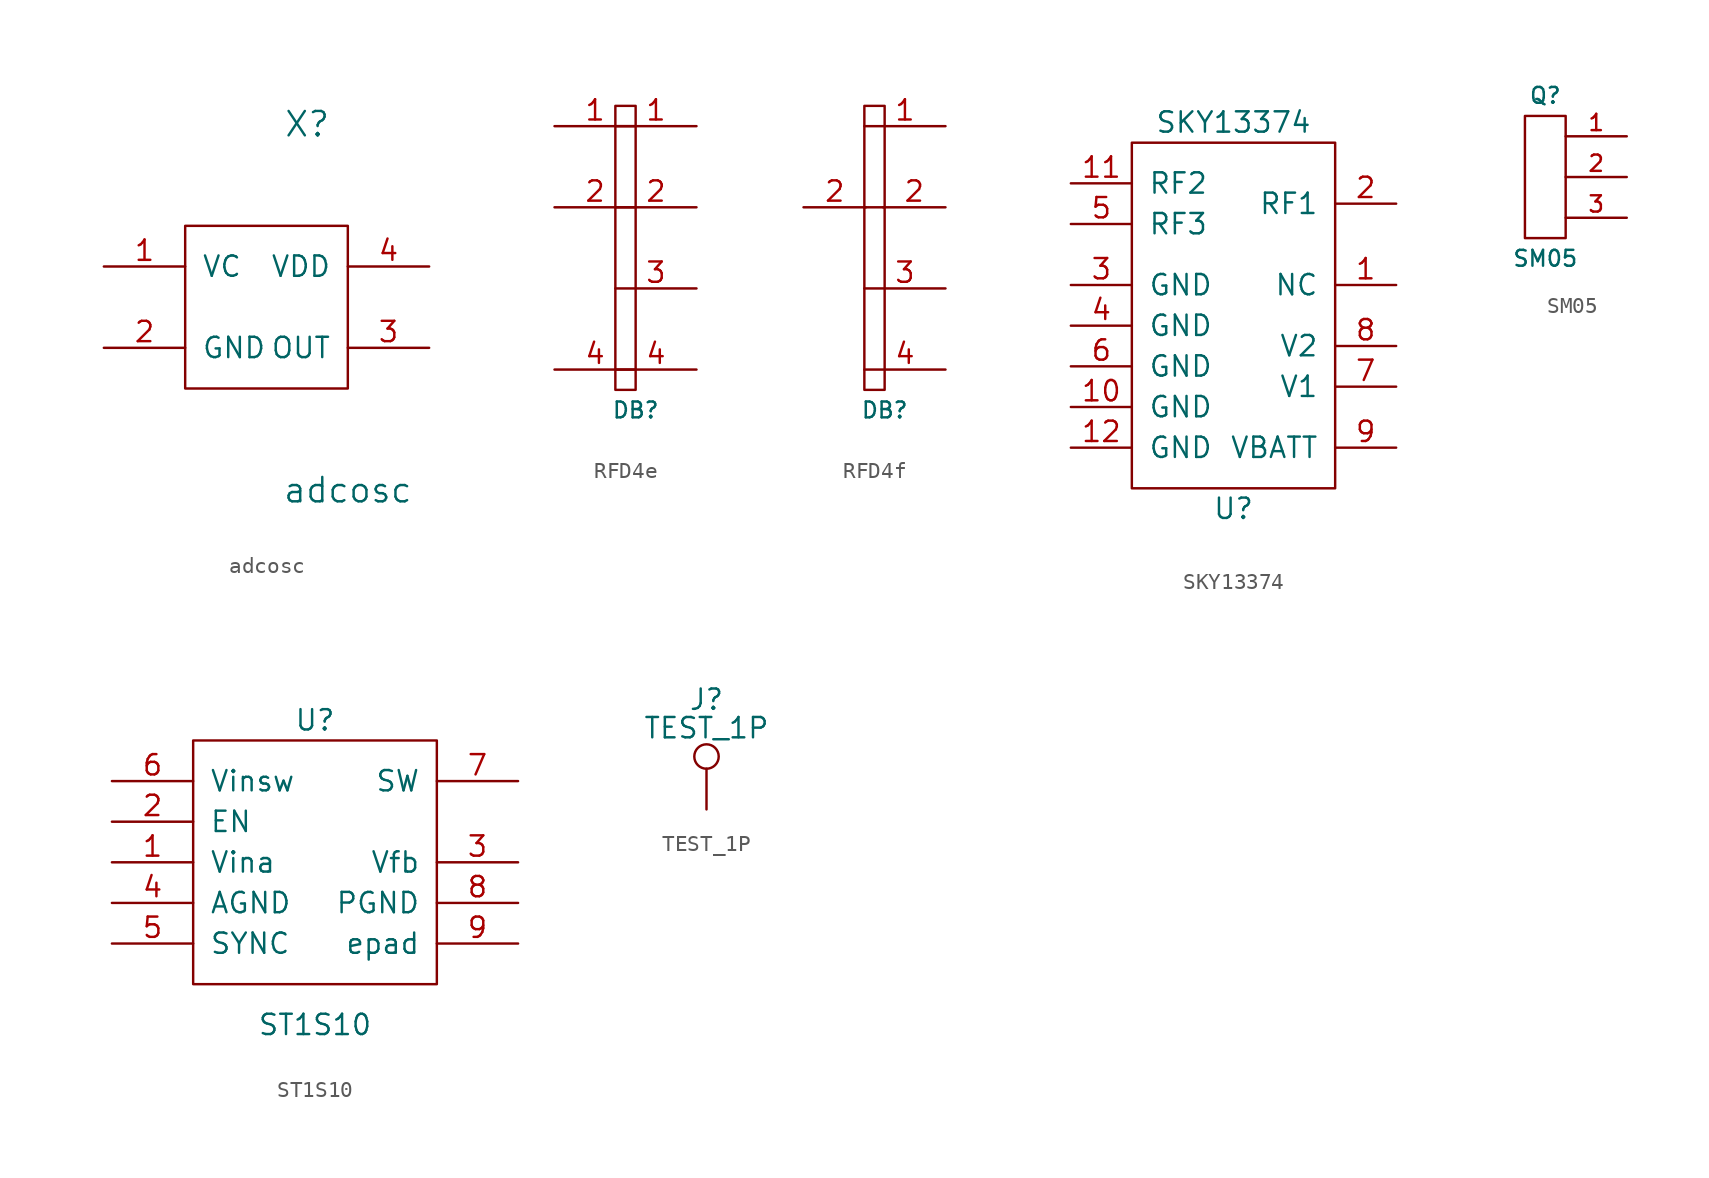
<source format=kicad_sym>
(kicad_symbol_lib
  (version 20210619)
  (generator kicad_symbol_editor)
  (symbol "hermeslite:adcosc"
    (pin_names
      (offset 1.016))
    (property "Reference" "X"
      (at 2.54 11.43 0)
      (effects (font (size 1.524 1.524))))
    (property "Value" "adcosc"
      (at 5.08 -11.43 0)
      (effects (font (size 1.524 1.524))))
    (property "Footprint" ""
      (at 0 0 0)
      (effects (font (size 1.524 1.524))))
    (property "Datasheet" ""
      (at 0 0 0)
      (effects (font (size 1.524 1.524))))
    (symbol "adcosc_0_1"
      (rectangle (start -5.08 5.08) (end 5.08 -5.08) (stroke (width 0)) (fill (type none))))
    (symbol "adcosc_1_1"
      (pin input line (at -10.16 2.54 0) (length 5.08) (name "VC" (effects (font (size 1.27 1.27)))) (number "1" (effects (font (size 1.27 1.27)))))
      (pin power_in line (at -10.16 -2.54 0) (length 5.08) (name "GND" (effects (font (size 1.27 1.27)))) (number "2" (effects (font (size 1.27 1.27)))))
      (pin output line (at 10.16 -2.54 180) (length 5.08) (name "OUT" (effects (font (size 1.27 1.27)))) (number "3" (effects (font (size 1.27 1.27)))))
      (pin power_in line (at 10.16 2.54 180) (length 5.08) (name "VDD" (effects (font (size 1.27 1.27)))) (number "4" (effects (font (size 1.27 1.27)))))))
  (symbol "hermeslite:RFD4e"
    (pin_names
      (offset 1.016))
    (property "Reference" "DB"
      (at -1.27 -10.16 0)
      (effects (font (size 0.991 0.991))))
    (property "Footprint" ""
      (at 0 -8.89 0)
      (effects (font (size 1.524 1.524))))
    (property "Datasheet" ""
      (at 0 -8.89 0)
      (effects (font (size 1.524 1.524))))
    (symbol "RFD4e_0_1"
      (rectangle (start -2.54 8.89) (end -1.27 -8.89) (stroke (width 0)) (fill (type none))))
    (symbol "RFD4e_1_1"
      (pin input line (at -6.35 7.62 0) (length 5.08) (name "~" (effects (font (size 1.27 1.27)))) (number "1" (effects (font (size 1.27 1.27)))))
      (pin input line (at 2.54 7.62 180) (length 5.08) (name "~" (effects (font (size 1.27 1.27)))) (number "1" (effects (font (size 1.27 1.27)))))
      (pin input line (at -6.35 2.54 0) (length 5.08) (name "~" (effects (font (size 1.27 1.27)))) (number "2" (effects (font (size 1.27 1.27)))))
      (pin input line (at 2.54 2.54 180) (length 5.08) (name "~" (effects (font (size 1.27 1.27)))) (number "2" (effects (font (size 1.27 1.27)))))
      (pin input line (at 2.54 -2.54 180) (length 5.08) (name "~" (effects (font (size 1.27 1.27)))) (number "3" (effects (font (size 1.27 1.27)))))
      (pin input line (at -6.35 -7.62 0) (length 5.08) (name "~" (effects (font (size 1.27 1.27)))) (number "4" (effects (font (size 1.27 1.27)))))
      (pin input line (at 2.54 -7.62 180) (length 5.08) (name "~" (effects (font (size 1.27 1.27)))) (number "4" (effects (font (size 1.27 1.27)))))))
  (symbol "hermeslite:RFD4f"
    (pin_names
      (offset 1.016))
    (property "Reference" "DB"
      (at -1.27 -10.16 0)
      (effects (font (size 0.991 0.991))))
    (property "Footprint" ""
      (at 0 -8.89 0)
      (effects (font (size 1.524 1.524))))
    (property "Datasheet" ""
      (at 0 -8.89 0)
      (effects (font (size 1.524 1.524))))
    (symbol "RFD4f_0_1"
      (rectangle (start -2.54 8.89) (end -1.27 -8.89) (stroke (width 0)) (fill (type none)))
      (polyline (pts (xy -2.54 2.54) (xy -1.27 2.54)) (stroke (width 0)) (fill (type none))))
    (symbol "RFD4f_1_1"
      (pin input line (at 2.54 7.62 180) (length 5.08) (name "~" (effects (font (size 1.27 1.27)))) (number "1" (effects (font (size 1.27 1.27)))))
      (pin input line (at -6.35 2.54 0) (length 3.912) (name "~" (effects (font (size 1.27 1.27)))) (number "2" (effects (font (size 1.27 1.27)))))
      (pin input line (at 2.54 2.54 180) (length 3.912) (name "~" (effects (font (size 1.27 1.27)))) (number "2" (effects (font (size 1.27 1.27)))))
      (pin input line (at 2.54 -2.54 180) (length 5.08) (name "~" (effects (font (size 1.27 1.27)))) (number "3" (effects (font (size 1.27 1.27)))))
      (pin input line (at 2.54 -7.62 180) (length 5.08) (name "~" (effects (font (size 1.27 1.27)))) (number "4" (effects (font (size 1.27 1.27)))))))
  (symbol "hermeslite:SKY13374"
    (pin_names
      (offset 1.016))
    (property "Reference" "U"
      (at 0 -8.89 0)
      (effects (font (size 1.27 1.27))))
    (property "Value" "SKY13374"
      (at 0 15.24 0)
      (effects (font (size 1.27 1.27))))
    (symbol "SKY13374_0_1"
      (rectangle (start -6.35 13.97) (end 6.35 -7.62) (stroke (width 0)) (fill (type none))))
    (symbol "SKY13374_1_1"
      (pin output line (at 10.16 5.08 180) (length 3.81) (name "NC" (effects (font (size 1.27 1.27)))) (number "1" (effects (font (size 1.27 1.27)))))
      (pin power_in line (at -10.16 -2.54 0) (length 3.81) (name "GND" (effects (font (size 1.27 1.27)))) (number "10" (effects (font (size 1.27 1.27)))))
      (pin input line (at -10.16 11.43 0) (length 3.81) (name "RF2" (effects (font (size 1.27 1.27)))) (number "11" (effects (font (size 1.27 1.27)))))
      (pin power_in line (at -10.16 -5.08 0) (length 3.81) (name "GND" (effects (font (size 1.27 1.27)))) (number "12" (effects (font (size 1.27 1.27)))))
      (pin output line (at 10.16 10.16 180) (length 3.81) (name "RF1" (effects (font (size 1.27 1.27)))) (number "2" (effects (font (size 1.27 1.27)))))
      (pin power_in line (at -10.16 5.08 0) (length 3.81) (name "GND" (effects (font (size 1.27 1.27)))) (number "3" (effects (font (size 1.27 1.27)))))
      (pin power_in line (at -10.16 2.54 0) (length 3.81) (name "GND" (effects (font (size 1.27 1.27)))) (number "4" (effects (font (size 1.27 1.27)))))
      (pin input line (at -10.16 8.89 0) (length 3.81) (name "RF3" (effects (font (size 1.27 1.27)))) (number "5" (effects (font (size 1.27 1.27)))))
      (pin power_in line (at -10.16 0 0) (length 3.81) (name "GND" (effects (font (size 1.27 1.27)))) (number "6" (effects (font (size 1.27 1.27)))))
      (pin input line (at 10.16 -1.27 180) (length 3.81) (name "V1" (effects (font (size 1.27 1.27)))) (number "7" (effects (font (size 1.27 1.27)))))
      (pin input line (at 10.16 1.27 180) (length 3.81) (name "V2" (effects (font (size 1.27 1.27)))) (number "8" (effects (font (size 1.27 1.27)))))
      (pin power_in line (at 10.16 -5.08 180) (length 3.81) (name "VBATT" (effects (font (size 1.27 1.27)))) (number "9" (effects (font (size 1.27 1.27)))))))
  (symbol "hermeslite:SM05"
    (pin_names
      (offset 1.016))
    (property "Reference" "Q"
      (at -1.27 8.89 0)
      (effects (font (size 0.991 0.991))))
    (property "Value" "SM05"
      (at -1.27 -1.27 0)
      (effects (font (size 0.991 0.991))))
    (symbol "SM05_0_1"
      (rectangle (start -2.54 7.62) (end 0 0) (stroke (width 0)) (fill (type none))))
    (symbol "SM05_1_1"
      (pin passive line (at 3.81 6.35 180) (length 3.81) (name "~" (effects (font (size 1.016 1.016)))) (number "1" (effects (font (size 1.016 1.016)))))
      (pin passive line (at 3.81 3.81 180) (length 3.81) (name "~" (effects (font (size 1.016 1.016)))) (number "2" (effects (font (size 1.016 1.016)))))
      (pin passive line (at 3.81 1.27 180) (length 3.81) (name "~" (effects (font (size 1.016 1.016)))) (number "3" (effects (font (size 1.016 1.016)))))))
  (symbol "hermeslite:ST1S10"
    (pin_names
      (offset 1.016))
    (property "Reference" "U"
      (at -1.27 12.7 0)
      (effects (font (size 1.27 1.27))))
    (property "Value" "ST1S10"
      (at -1.27 -6.35 0)
      (effects (font (size 1.27 1.27))))
    (property "Footprint" ""
      (at 0 0 0)
      (effects (font (size 1.27 1.27))))
    (property "Datasheet" ""
      (at 0 0 0)
      (effects (font (size 1.27 1.27))))
    (symbol "ST1S10_0_1"
      (rectangle (start -8.89 11.43) (end 6.35 -3.81) (stroke (width 0)) (fill (type none))))
    (symbol "ST1S10_1_1"
      (pin input line (at -13.97 3.81 0) (length 5.08) (name "Vina" (effects (font (size 1.27 1.27)))) (number "1" (effects (font (size 1.27 1.27)))))
      (pin input line (at -13.97 6.35 0) (length 5.08) (name "EN" (effects (font (size 1.27 1.27)))) (number "2" (effects (font (size 1.27 1.27)))))
      (pin input line (at 11.43 3.81 180) (length 5.08) (name "Vfb" (effects (font (size 1.27 1.27)))) (number "3" (effects (font (size 1.27 1.27)))))
      (pin power_in line (at -13.97 1.27 0) (length 5.08) (name "AGND" (effects (font (size 1.27 1.27)))) (number "4" (effects (font (size 1.27 1.27)))))
      (pin input line (at -13.97 -1.27 0) (length 5.08) (name "SYNC" (effects (font (size 1.27 1.27)))) (number "5" (effects (font (size 1.27 1.27)))))
      (pin power_in line (at -13.97 8.89 0) (length 5.08) (name "Vinsw" (effects (font (size 1.27 1.27)))) (number "6" (effects (font (size 1.27 1.27)))))
      (pin power_out line (at 11.43 8.89 180) (length 5.08) (name "SW" (effects (font (size 1.27 1.27)))) (number "7" (effects (font (size 1.27 1.27)))))
      (pin power_in line (at 11.43 1.27 180) (length 5.08) (name "PGND" (effects (font (size 1.27 1.27)))) (number "8" (effects (font (size 1.27 1.27)))))
      (pin power_in line (at 11.43 -1.27 180) (length 5.08) (name "epad" (effects (font (size 1.27 1.27)))) (number "9" (effects (font (size 1.27 1.27)))))))
  (symbol "hermeslite:TEST_1P"
    (pin_numbers hide)
    (pin_names
      (offset 0.762) hide)
    (property "Reference" "J"
      (at 0 6.858 0)
      (effects (font (size 1.27 1.27))))
    (property "Value" "TEST_1P"
      (at 0 5.08 0)
      (effects (font (size 1.27 1.27))))
    (symbol "TEST_1P_0_1"
      (circle (center 0 3.302) (radius 0.762) (stroke (width 0)) (fill (type none))))
    (symbol "TEST_1P_1_1"
      (pin passive line (at 0 0 90) (length 2.54) (name "1" (effects (font (size 1.27 1.27)))) (number "1" (effects (font (size 1.27 1.27))))))))
</source>
